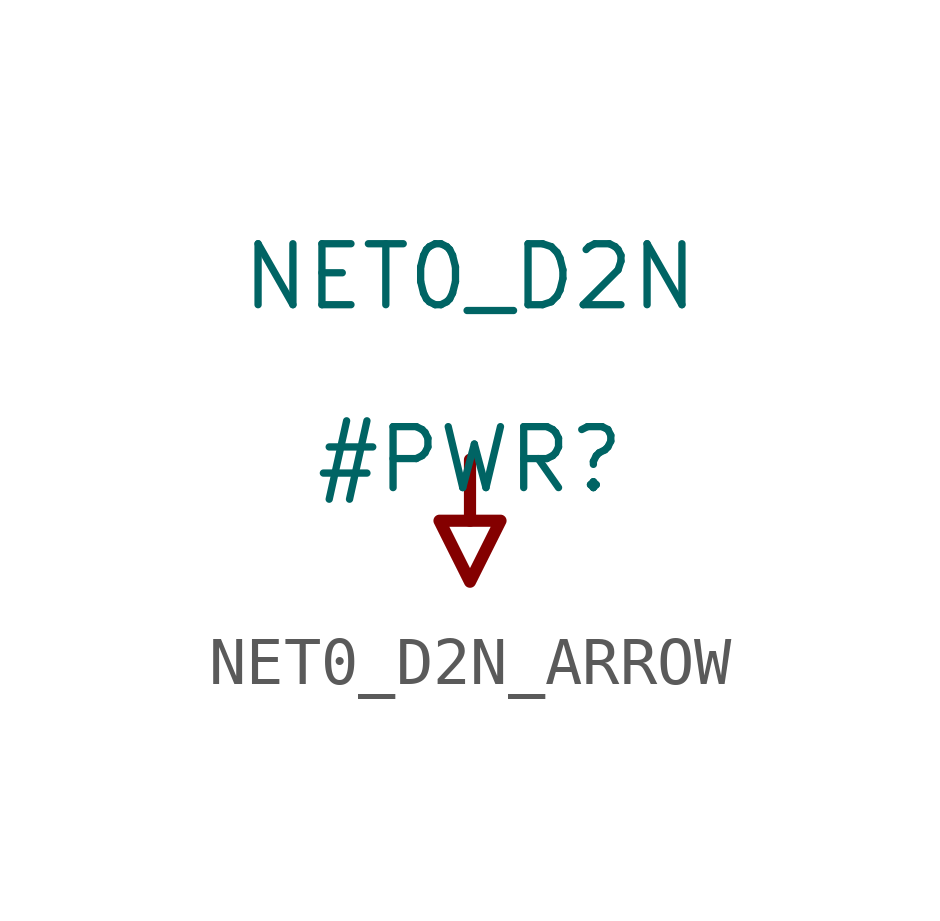
<source format=kicad_sym>
(kicad_symbol_lib
  (version 20231120)
  (generator "kicad_symbol_editor")
  (generator_version "8.0")
  (symbol "NET0_D2N_ARROW"
    (power)
    (property "Reference" "#PWR"
      (at 0 0 0)
      (effects (font (size 1.27 1.27))))
    (property "Value" "NET0_D2N"
      (at 0 3.81 0)
      (effects (font (size 1.27 1.27))))
    (symbol "NET0_D2N_ARROW_0_0"
      (polyline (pts (xy 0 0) (xy 0 -1.27)) (stroke (width 0.254) (type solid)) (fill (type none)))
      (polyline (pts (xy -0.635 -1.27) (xy 0.635 -1.27) (xy 0 -2.54) (xy -0.635 -1.27)) (stroke (width 0.254) (type solid)) (fill (type none)))
      (pin power_in line (at 0 0 0) (length 0) hide (name "NET0_D2N" (effects (font (size 1.27 1.27)))) (number "" (effects (font (size 1.27 1.27))))))))
</source>
